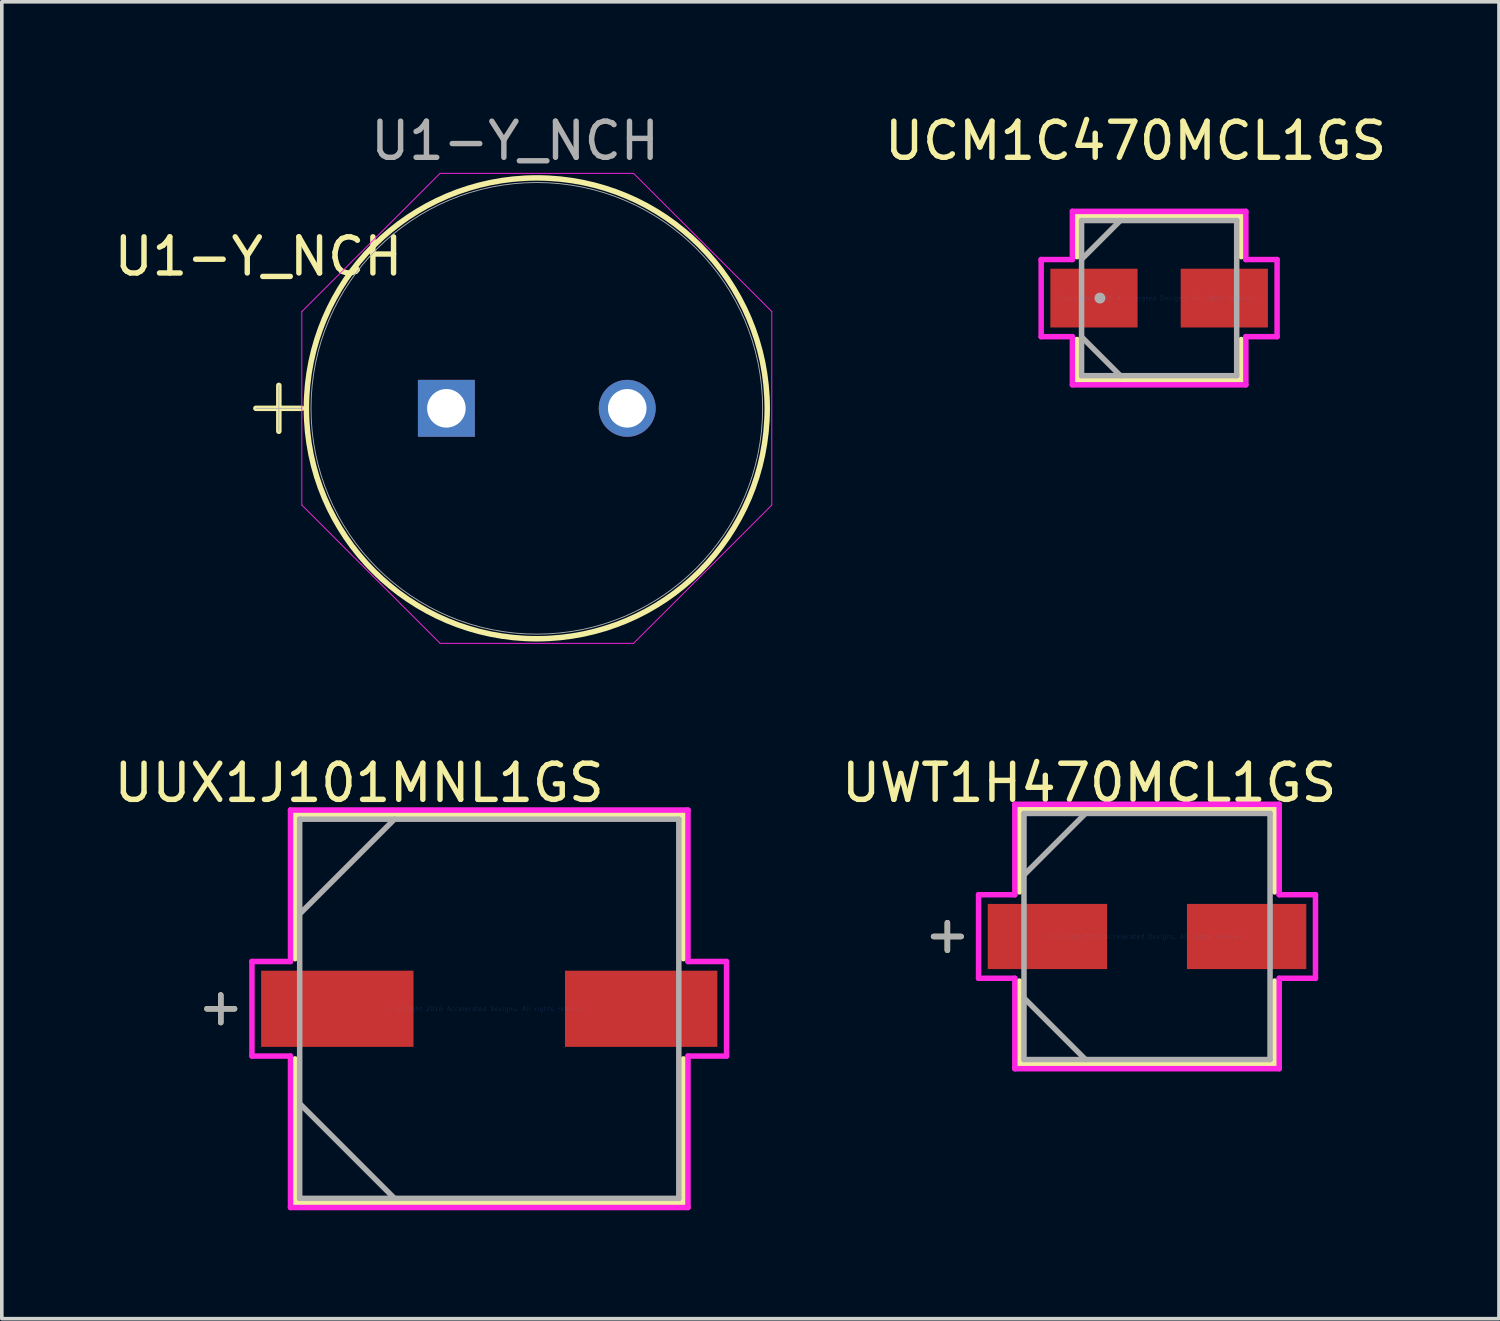
<source format=kicad_pcb>
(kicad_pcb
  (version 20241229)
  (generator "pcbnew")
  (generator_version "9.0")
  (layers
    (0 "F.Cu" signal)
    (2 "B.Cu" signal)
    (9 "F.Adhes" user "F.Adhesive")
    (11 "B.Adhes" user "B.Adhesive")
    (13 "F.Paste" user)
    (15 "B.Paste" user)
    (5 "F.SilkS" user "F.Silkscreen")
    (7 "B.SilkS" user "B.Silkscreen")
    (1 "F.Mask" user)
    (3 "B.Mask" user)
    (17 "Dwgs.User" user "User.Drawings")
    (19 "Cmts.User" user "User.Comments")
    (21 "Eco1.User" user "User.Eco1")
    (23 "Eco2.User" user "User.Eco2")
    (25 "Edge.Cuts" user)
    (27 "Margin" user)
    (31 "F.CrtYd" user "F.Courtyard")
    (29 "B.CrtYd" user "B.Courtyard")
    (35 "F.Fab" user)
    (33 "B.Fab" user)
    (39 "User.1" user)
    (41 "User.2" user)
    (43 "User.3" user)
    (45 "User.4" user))
  (footprint "UUX1J101MNL1GS"
    (layer "F.Cu")
    (at 10.487 24.862)
    (property "Reference" "UUX1J101MNL1GS" (at -3.6 -6.25 0) (layer "F.SilkS") (effects (font (size 1 1) (thickness 0.15))))
    (attr through_hole)
    (fp_line (start -7.429 -0.381) (end -7.429 0.381) (stroke (width 0.152) (type solid)) (layer "F.SilkS"))
    (fp_line (start -7.048 0) (end -7.811 0) (stroke (width 0.152) (type solid)) (layer "F.SilkS"))
    (fp_line (start -5.372 -5.372) (end -5.372 -1.387) (stroke (width 0.152) (type solid)) (layer "F.SilkS"))
    (fp_line (start -5.372 1.387) (end -5.372 5.372) (stroke (width 0.152) (type solid)) (layer "F.SilkS"))
    (fp_line (start -5.372 5.372) (end 5.372 5.372) (stroke (width 0.152) (type solid)) (layer "F.SilkS"))
    (fp_line (start 5.372 -5.372) (end -5.372 -5.372) (stroke (width 0.152) (type solid)) (layer "F.SilkS"))
    (fp_line (start 5.372 -1.387) (end 5.372 -5.372) (stroke (width 0.152) (type solid)) (layer "F.SilkS"))
    (fp_line (start 5.372 5.372) (end 5.372 1.387) (stroke (width 0.152) (type solid)) (layer "F.SilkS"))
    (fp_line (start -6.566 -1.308) (end -5.499 -1.308) (stroke (width 0.152) (type solid)) (layer "F.CrtYd"))
    (fp_line (start -6.566 1.308) (end -6.566 -1.308) (stroke (width 0.152) (type solid)) (layer "F.CrtYd"))
    (fp_line (start -5.499 -5.499) (end 5.499 -5.499) (stroke (width 0.152) (type solid)) (layer "F.CrtYd"))
    (fp_line (start -5.499 -1.308) (end -5.499 -5.499) (stroke (width 0.152) (type solid)) (layer "F.CrtYd"))
    (fp_line (start -5.499 1.308) (end -6.566 1.308) (stroke (width 0.152) (type solid)) (layer "F.CrtYd"))
    (fp_line (start -5.499 5.499) (end -5.499 1.308) (stroke (width 0.152) (type solid)) (layer "F.CrtYd"))
    (fp_line (start 5.499 -5.499) (end 5.499 -1.308) (stroke (width 0.152) (type solid)) (layer "F.CrtYd"))
    (fp_line (start 5.499 -1.308) (end 6.566 -1.308) (stroke (width 0.152) (type solid)) (layer "F.CrtYd"))
    (fp_line (start 5.499 1.308) (end 5.499 5.499) (stroke (width 0.152) (type solid)) (layer "F.CrtYd"))
    (fp_line (start 5.499 5.499) (end -5.499 5.499) (stroke (width 0.152) (type solid)) (layer "F.CrtYd"))
    (fp_line (start 6.566 -1.308) (end 6.566 1.308) (stroke (width 0.152) (type solid)) (layer "F.CrtYd"))
    (fp_line (start 6.566 1.308) (end 5.499 1.308) (stroke (width 0.152) (type solid)) (layer "F.CrtYd"))
    (fp_line (start -7.429 -0.381) (end -7.429 0.381) (stroke (width 0.152) (type solid)) (layer "F.Fab"))
    (fp_line (start -7.048 0) (end -7.811 0) (stroke (width 0.152) (type solid)) (layer "F.Fab"))
    (fp_line (start -5.245 -5.245) (end -5.245 5.245) (stroke (width 0.152) (type solid)) (layer "F.Fab"))
    (fp_line (start -5.245 -2.623) (end -2.623 -5.245) (stroke (width 0.152) (type solid)) (layer "F.Fab"))
    (fp_line (start -5.245 2.623) (end -2.623 5.245) (stroke (width 0.152) (type solid)) (layer "F.Fab"))
    (fp_line (start -5.245 5.245) (end 5.245 5.245) (stroke (width 0.152) (type solid)) (layer "F.Fab"))
    (fp_line (start 5.245 -5.245) (end -5.245 -5.245) (stroke (width 0.152) (type solid)) (layer "F.Fab"))
    (fp_line (start 5.245 5.245) (end 5.245 -5.245) (stroke (width 0.152) (type solid)) (layer "F.Fab"))
    (fp_text user "Copyright 2016 Accelerated Designs. All rights reserved." (at 0 0 0) (layer "Cmts.User") (effects (font (size 0.127 0.127) (thickness 0.002))))
    (pad "1" smd rect (at -4.204 0) (size 4.216 2.108) (layers "F.Cu" "F.Mask" "F.Paste"))
    (pad "2" smd rect (at 4.204 0) (size 4.216 2.108) (layers "F.Cu" "F.Mask" "F.Paste")))
  (footprint "UCM1C470MCL1GS"
    (layer "F.Cu")
    (at 29.022 5.198)
    (property "Reference" "UCM1C470MCL1GS" (at -0.65 -4.35 0) (layer "F.SilkS") (effects (font (size 1 1) (thickness 0.15))))
    (attr through_hole)
    (fp_line (start -2.273 -2.273) (end -2.273 -1.146) (stroke (width 0.152) (type solid)) (layer "F.SilkS"))
    (fp_line (start -2.273 1.146) (end -2.273 2.273) (stroke (width 0.152) (type solid)) (layer "F.SilkS"))
    (fp_line (start -2.273 2.273) (end 2.273 2.273) (stroke (width 0.152) (type solid)) (layer "F.SilkS"))
    (fp_line (start 2.273 -2.273) (end -2.273 -2.273) (stroke (width 0.152) (type solid)) (layer "F.SilkS"))
    (fp_line (start 2.273 -1.146) (end 2.273 -2.273) (stroke (width 0.152) (type solid)) (layer "F.SilkS"))
    (fp_line (start 2.273 2.273) (end 2.273 1.146) (stroke (width 0.152) (type solid)) (layer "F.SilkS"))
    (fp_line (start -3.264 -1.067) (end -2.4 -1.067) (stroke (width 0.152) (type solid)) (layer "F.CrtYd"))
    (fp_line (start -3.264 1.067) (end -3.264 -1.067) (stroke (width 0.152) (type solid)) (layer "F.CrtYd"))
    (fp_line (start -2.4 -2.4) (end 2.4 -2.4) (stroke (width 0.152) (type solid)) (layer "F.CrtYd"))
    (fp_line (start -2.4 -1.067) (end -2.4 -2.4) (stroke (width 0.152) (type solid)) (layer "F.CrtYd"))
    (fp_line (start -2.4 1.067) (end -3.264 1.067) (stroke (width 0.152) (type solid)) (layer "F.CrtYd"))
    (fp_line (start -2.4 2.4) (end -2.4 1.067) (stroke (width 0.152) (type solid)) (layer "F.CrtYd"))
    (fp_line (start 2.4 -2.4) (end 2.4 -1.067) (stroke (width 0.152) (type solid)) (layer "F.CrtYd"))
    (fp_line (start 2.4 -1.067) (end 3.264 -1.067) (stroke (width 0.152) (type solid)) (layer "F.CrtYd"))
    (fp_line (start 2.4 1.067) (end 2.4 2.4) (stroke (width 0.152) (type solid)) (layer "F.CrtYd"))
    (fp_line (start 2.4 2.4) (end -2.4 2.4) (stroke (width 0.152) (type solid)) (layer "F.CrtYd"))
    (fp_line (start 3.264 -1.067) (end 3.264 1.067) (stroke (width 0.152) (type solid)) (layer "F.CrtYd"))
    (fp_line (start 3.264 1.067) (end 2.4 1.067) (stroke (width 0.152) (type solid)) (layer "F.CrtYd"))
    (fp_line (start -2.146 -2.146) (end -2.146 2.146) (stroke (width 0.152) (type solid)) (layer "F.Fab"))
    (fp_line (start -2.146 -1.073) (end -1.073 -2.146) (stroke (width 0.152) (type solid)) (layer "F.Fab"))
    (fp_line (start -2.146 1.073) (end -1.073 2.146) (stroke (width 0.152) (type solid)) (layer "F.Fab"))
    (fp_line (start -2.146 2.146) (end 2.146 2.146) (stroke (width 0.152) (type solid)) (layer "F.Fab"))
    (fp_line (start 2.146 -2.146) (end -2.146 -2.146) (stroke (width 0.152) (type solid)) (layer "F.Fab"))
    (fp_line (start 2.146 2.146) (end 2.146 -2.146) (stroke (width 0.152) (type solid)) (layer "F.Fab"))
    (fp_circle (center -1.638 0) (end -1.638 0) (stroke (width 0.152) (type solid)) (fill no) (layer "F.Fab"))
    (fp_text user "Copyright 2016 Accelerated Designs. All rights reserved." (at 0 0 0) (layer "Cmts.User") (effects (font (size 0.127 0.127) (thickness 0.002))))
    (pad "1" smd rect (at -1.803 0) (size 2.413 1.626) (layers "F.Cu" "F.Mask" "F.Paste"))
    (pad "2" smd rect (at 1.803 0) (size 2.413 1.626) (layers "F.Cu" "F.Mask" "F.Paste")))
  (footprint "U1-Y_NCH"
    (layer "F.Cu")
    (at 9.301 8.248)
    (property "Reference" "U1-Y_NCH" (at -5.2 -4.2 0) (unlocked yes) (layer "F.SilkS") (effects (font (size 1 1) (thickness 0.15))))
    (attr through_hole)
    (fp_line (start -5.271 0) (end -4 0) (stroke (width 0.152) (type solid)) (layer "F.SilkS"))
    (fp_line (start -4.636 -0.635) (end -4.636 0.635) (stroke (width 0.152) (type solid)) (layer "F.SilkS"))
    (fp_circle (center 2.502 0) (end 8.877 0) (stroke (width 0.152) (type solid)) (fill no) (layer "F.SilkS"))
    (fp_line (start -4 -2.677) (end -0.176 -6.502) (stroke (width 0.025) (type solid)) (layer "F.CrtYd"))
    (fp_line (start -4 2.677) (end -4 -2.677) (stroke (width 0.025) (type solid)) (layer "F.CrtYd"))
    (fp_line (start -0.176 -6.502) (end 5.179 -6.502) (stroke (width 0.025) (type solid)) (layer "F.CrtYd"))
    (fp_line (start -0.176 6.502) (end -4 2.677) (stroke (width 0.025) (type solid)) (layer "F.CrtYd"))
    (fp_line (start 5.179 -6.502) (end 9.004 -2.677) (stroke (width 0.025) (type solid)) (layer "F.CrtYd"))
    (fp_line (start 5.179 6.502) (end -0.176 6.502) (stroke (width 0.025) (type solid)) (layer "F.CrtYd"))
    (fp_line (start 9.004 -2.677) (end 9.004 2.677) (stroke (width 0.025) (type solid)) (layer "F.CrtYd"))
    (fp_line (start 9.004 2.677) (end 5.179 6.502) (stroke (width 0.025) (type solid)) (layer "F.CrtYd"))
    (fp_line (start -5.271 0) (end -4 0) (stroke (width 0.025) (type solid)) (layer "F.Fab"))
    (fp_line (start -4.636 -0.635) (end -4.636 0.635) (stroke (width 0.025) (type solid)) (layer "F.Fab"))
    (fp_circle (center 2.502 0) (end 8.75 0) (stroke (width 0.025) (type solid)) (fill no) (layer "F.Fab"))
    (fp_text user "${REFERENCE}" (at 1.9 -7.4 0) (unlocked yes) (layer "F.Fab") (effects (font (size 1 1) (thickness 0.15))))
    (pad "1" thru_hole rect (at 0 0) (size 1.575 1.575) (drill 1.067) (layers "*.Cu" "*.Mask"))
    (pad "2" thru_hole circle (at 5.004 0) (size 1.575 1.575) (drill 1.067) (layers "*.Cu" "*.Mask")))
  (footprint "UWT1H470MCL1GS"
    (layer "F.Cu")
    (at 28.687 22.862)
    (property "Reference" "UWT1H470MCL1GS" (at -1.6 -4.25 0) (layer "F.SilkS") (effects (font (size 1 1) (thickness 0.15))))
    (attr through_hole)
    (fp_line (start -5.524 -0.381) (end -5.524 0.381) (stroke (width 0.152) (type solid)) (layer "F.SilkS"))
    (fp_line (start -5.144 0) (end -5.905 0) (stroke (width 0.152) (type solid)) (layer "F.SilkS"))
    (fp_line (start -3.531 -3.531) (end -3.531 -1.234) (stroke (width 0.152) (type solid)) (layer "F.SilkS"))
    (fp_line (start -3.531 1.234) (end -3.531 3.531) (stroke (width 0.152) (type solid)) (layer "F.SilkS"))
    (fp_line (start -3.531 3.531) (end 3.531 3.531) (stroke (width 0.152) (type solid)) (layer "F.SilkS"))
    (fp_line (start 3.531 -3.531) (end -3.531 -3.531) (stroke (width 0.152) (type solid)) (layer "F.SilkS"))
    (fp_line (start 3.531 -1.234) (end 3.531 -3.531) (stroke (width 0.152) (type solid)) (layer "F.SilkS"))
    (fp_line (start 3.531 3.531) (end 3.531 1.234) (stroke (width 0.152) (type solid)) (layer "F.SilkS"))
    (fp_line (start -4.661 -1.156) (end -3.658 -1.156) (stroke (width 0.152) (type solid)) (layer "F.CrtYd"))
    (fp_line (start -4.661 1.156) (end -4.661 -1.156) (stroke (width 0.152) (type solid)) (layer "F.CrtYd"))
    (fp_line (start -3.658 -3.658) (end 3.658 -3.658) (stroke (width 0.152) (type solid)) (layer "F.CrtYd"))
    (fp_line (start -3.658 -1.156) (end -3.658 -3.658) (stroke (width 0.152) (type solid)) (layer "F.CrtYd"))
    (fp_line (start -3.658 1.156) (end -4.661 1.156) (stroke (width 0.152) (type solid)) (layer "F.CrtYd"))
    (fp_line (start -3.658 3.658) (end -3.658 1.156) (stroke (width 0.152) (type solid)) (layer "F.CrtYd"))
    (fp_line (start 3.658 -3.658) (end 3.658 -1.156) (stroke (width 0.152) (type solid)) (layer "F.CrtYd"))
    (fp_line (start 3.658 -1.156) (end 4.661 -1.156) (stroke (width 0.152) (type solid)) (layer "F.CrtYd"))
    (fp_line (start 3.658 1.156) (end 3.658 3.658) (stroke (width 0.152) (type solid)) (layer "F.CrtYd"))
    (fp_line (start 3.658 3.658) (end -3.658 3.658) (stroke (width 0.152) (type solid)) (layer "F.CrtYd"))
    (fp_line (start 4.661 -1.156) (end 4.661 1.156) (stroke (width 0.152) (type solid)) (layer "F.CrtYd"))
    (fp_line (start 4.661 1.156) (end 3.658 1.156) (stroke (width 0.152) (type solid)) (layer "F.CrtYd"))
    (fp_line (start -5.524 -0.381) (end -5.524 0.381) (stroke (width 0.152) (type solid)) (layer "F.Fab"))
    (fp_line (start -5.144 0) (end -5.905 0) (stroke (width 0.152) (type solid)) (layer "F.Fab"))
    (fp_line (start -3.404 -3.404) (end -3.404 3.404) (stroke (width 0.152) (type solid)) (layer "F.Fab"))
    (fp_line (start -3.404 -1.702) (end -1.702 -3.404) (stroke (width 0.152) (type solid)) (layer "F.Fab"))
    (fp_line (start -3.404 1.702) (end -1.702 3.404) (stroke (width 0.152) (type solid)) (layer "F.Fab"))
    (fp_line (start -3.404 3.404) (end 3.404 3.404) (stroke (width 0.152) (type solid)) (layer "F.Fab"))
    (fp_line (start 3.404 -3.404) (end -3.404 -3.404) (stroke (width 0.152) (type solid)) (layer "F.Fab"))
    (fp_line (start 3.404 3.404) (end 3.404 -3.404) (stroke (width 0.152) (type solid)) (layer "F.Fab"))
    (fp_text user "Copyright 2016 Accelerated Designs. All rights reserved." (at 0 0 0) (layer "Cmts.User") (effects (font (size 0.127 0.127) (thickness 0.002))))
    (pad "1" smd rect (at -2.756 0) (size 3.302 1.803) (layers "F.Cu" "F.Mask" "F.Paste"))
    (pad "2" smd rect (at 2.756 0) (size 3.302 1.803) (layers "F.Cu" "F.Mask" "F.Paste")))
  (gr_rect
    (start -3 -3)
    (end 38.425 33.437)
    (stroke (width 0.1) (type default))
    (fill no)
    (layer "Edge.Cuts")))
</source>
